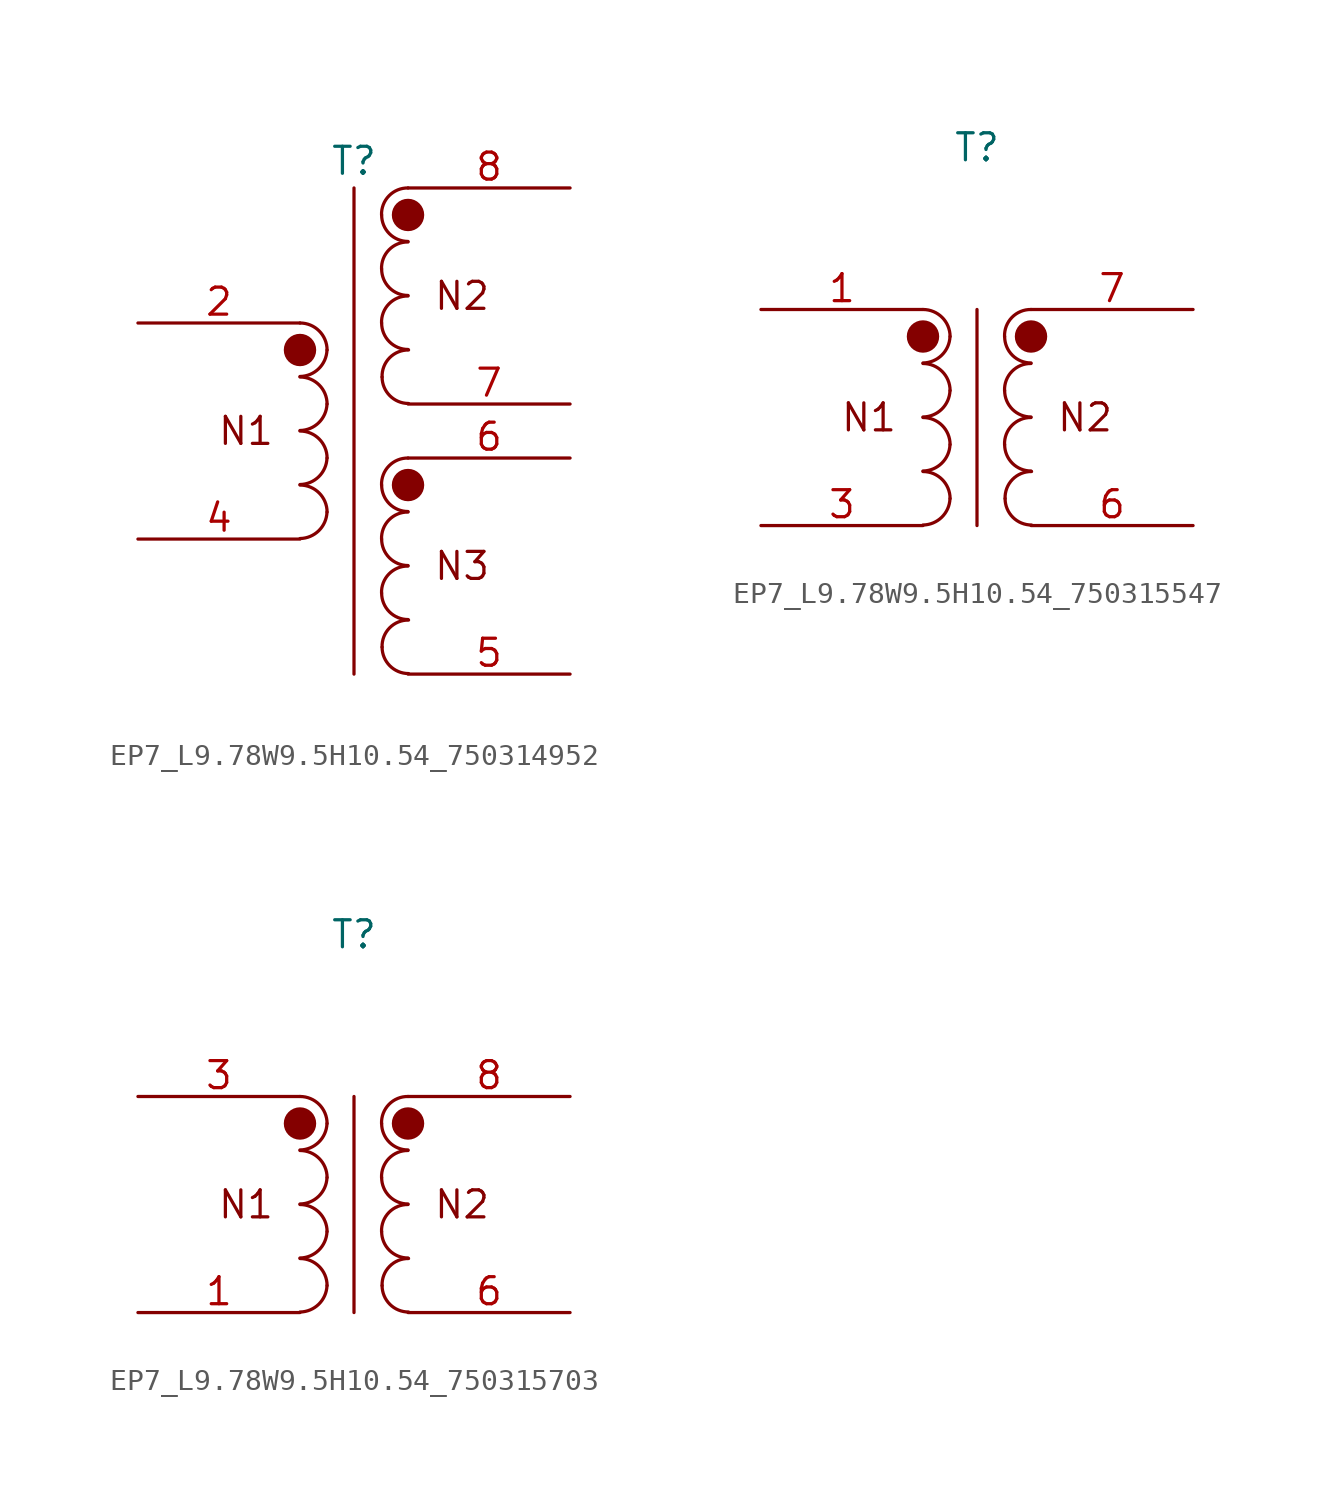
<source format=kicad_sym>
(kicad_symbol_lib
  (version 20220914)
  (generator kicad_symbol_editor)
  (symbol "EP7_L9.78W9.5H10.54_750314952"
    (pin_names hide)
    (property "Reference" "T"
      (at 0 12.7 0)
      (effects (font (size 1.27 1.27))))
    (symbol "EP7_L9.78W9.5H10.54_750314952_0_1"
      (arc (start -2.54 -5.0546) (mid -1.6599 -4.6901) (end -1.27 -3.81) (stroke (width 0) (type default)) (fill (type none)))
      (arc (start -2.54 -2.5146) (mid -1.6599 -2.1501) (end -1.27 -1.27) (stroke (width 0) (type default)) (fill (type none)))
      (arc (start -2.54 0.0254) (mid -1.6599 0.3899) (end -1.27 1.27) (stroke (width 0) (type default)) (fill (type none)))
      (arc (start -2.54 2.5654) (mid -1.6599 2.9299) (end -1.27 3.81) (stroke (width 0) (type default)) (fill (type none)))
      (arc (start -1.27 -3.81) (mid -1.642 -2.912) (end -2.54 -2.54) (stroke (width 0) (type default)) (fill (type none)))
      (arc (start -1.27 -1.27) (mid -1.642 -0.372) (end -2.54 0) (stroke (width 0) (type default)) (fill (type none)))
      (arc (start -1.27 1.27) (mid -1.642 2.168) (end -2.54 2.54) (stroke (width 0) (type default)) (fill (type none)))
      (arc (start -1.27 3.81) (mid -1.642 4.708) (end -2.54 5.08) (stroke (width 0) (type default)) (fill (type none)))
      (polyline (pts (xy 0 11.43) (xy 0 -11.43)) (stroke (width 0) (type default)) (fill (type none)))
      (arc (start 1.2954 -7.62) (mid 1.6599 -8.5001) (end 2.54 -8.8646) (stroke (width 0) (type default)) (fill (type none)))
      (arc (start 1.2954 -5.08) (mid 1.6599 -5.9601) (end 2.54 -6.3246) (stroke (width 0) (type default)) (fill (type none)))
      (arc (start 1.2954 -2.54) (mid 1.6599 -3.4201) (end 2.54 -3.7846) (stroke (width 0) (type default)) (fill (type none)))
      (arc (start 1.2954 5.08) (mid 1.6599 4.1999) (end 2.54 3.8354) (stroke (width 0) (type default)) (fill (type none)))
      (arc (start 1.2954 7.62) (mid 1.6599 6.7399) (end 2.54 6.3754) (stroke (width 0) (type default)) (fill (type none)))
      (arc (start 1.2954 10.16) (mid 1.6599 9.2799) (end 2.54 8.9154) (stroke (width 0) (type default)) (fill (type none)))
      (arc (start 1.3208 -10.16) (mid 1.6855 -11.0399) (end 2.5654 -11.4046) (stroke (width 0) (type default)) (fill (type none)))
      (arc (start 1.3208 2.54) (mid 1.6854 1.6601) (end 2.5654 1.2954) (stroke (width 0) (type default)) (fill (type none)))
      (arc (start 2.54 -6.35) (mid 1.6458 -6.7185) (end 1.2954 -7.62) (stroke (width 0) (type default)) (fill (type none)))
      (arc (start 2.54 -3.81) (mid 1.6458 -4.1785) (end 1.2954 -5.08) (stroke (width 0) (type default)) (fill (type none)))
      (arc (start 2.54 -1.27) (mid 1.6458 -1.6385) (end 1.2954 -2.54) (stroke (width 0) (type default)) (fill (type none)))
      (arc (start 2.54 6.35) (mid 1.6458 5.9815) (end 1.2954 5.08) (stroke (width 0) (type default)) (fill (type none)))
      (arc (start 2.54 8.89) (mid 1.6458 8.5215) (end 1.2954 7.62) (stroke (width 0) (type default)) (fill (type none)))
      (arc (start 2.54 11.43) (mid 1.6458 11.0615) (end 1.2954 10.16) (stroke (width 0) (type default)) (fill (type none)))
      (arc (start 2.5654 -8.89) (mid 1.6709 -9.2583) (end 1.3208 -10.16) (stroke (width 0) (type default)) (fill (type none)))
      (arc (start 2.5654 3.81) (mid 1.6709 3.4417) (end 1.3208 2.54) (stroke (width 0) (type default)) (fill (type none))))
    (symbol "EP7_L9.78W9.5H10.54_750314952_1_1"
      (circle (center -2.54 3.81) (radius 0.0001) (stroke (width 0.762) (type default)) (fill (type none)))
      (circle (center 2.54 -2.54) (radius 0.0001) (stroke (width 0.762) (type default)) (fill (type none)))
      (circle (center 2.54 10.16) (radius 0.0001) (stroke (width 0.762) (type default)) (fill (type none)))
      (text "N1" (at -5.08 0 0) (effects (font (size 1.27 1.27))))
      (text "N2" (at 5.08 6.35 0) (effects (font (size 1.27 1.27))))
      (text "N3" (at 5.08 -6.35 0) (effects (font (size 1.27 1.27))))
      (pin passive line (at -10.16 5.08 0) (length 7.62) (name "2" (effects (font (size 1.27 1.27)))) (number "2" (effects (font (size 1.27 1.27)))))
      (pin passive line (at -10.16 -5.08 0) (length 7.62) (name "4" (effects (font (size 1.27 1.27)))) (number "4" (effects (font (size 1.27 1.27)))))
      (pin passive line (at 10.16 -11.43 180) (length 7.62) (name "5" (effects (font (size 1.27 1.27)))) (number "5" (effects (font (size 1.27 1.27)))))
      (pin passive line (at 10.16 -1.27 180) (length 7.62) (name "6" (effects (font (size 1.27 1.27)))) (number "6" (effects (font (size 1.27 1.27)))))
      (pin passive line (at 10.16 1.27 180) (length 7.62) (name "7" (effects (font (size 1.27 1.27)))) (number "7" (effects (font (size 1.27 1.27)))))
      (pin passive line (at 10.16 11.43 180) (length 7.62) (name "8" (effects (font (size 1.27 1.27)))) (number "8" (effects (font (size 1.27 1.27)))))))
  (symbol "EP7_L9.78W9.5H10.54_750315547"
    (pin_names hide)
    (property "Reference" "T"
      (at 0 12.7 0)
      (effects (font (size 1.27 1.27))))
    (symbol "EP7_L9.78W9.5H10.54_750315547_0_1"
      (arc (start -2.54 -5.0546) (mid -1.6599 -4.6901) (end -1.27 -3.81) (stroke (width 0) (type default)) (fill (type none)))
      (arc (start -2.54 -2.5146) (mid -1.6599 -2.1501) (end -1.27 -1.27) (stroke (width 0) (type default)) (fill (type none)))
      (arc (start -2.54 0.0254) (mid -1.6599 0.3899) (end -1.27 1.27) (stroke (width 0) (type default)) (fill (type none)))
      (arc (start -2.54 2.5654) (mid -1.6599 2.9299) (end -1.27 3.81) (stroke (width 0) (type default)) (fill (type none)))
      (arc (start -1.27 -3.81) (mid -1.642 -2.912) (end -2.54 -2.54) (stroke (width 0) (type default)) (fill (type none)))
      (arc (start -1.27 -1.27) (mid -1.642 -0.372) (end -2.54 0) (stroke (width 0) (type default)) (fill (type none)))
      (arc (start -1.27 1.27) (mid -1.642 2.168) (end -2.54 2.54) (stroke (width 0) (type default)) (fill (type none)))
      (arc (start -1.27 3.81) (mid -1.642 4.708) (end -2.54 5.08) (stroke (width 0) (type default)) (fill (type none)))
      (polyline (pts (xy 0 5.08) (xy 0 -5.08)) (stroke (width 0) (type default)) (fill (type none)))
      (arc (start 1.2954 -1.27) (mid 1.6599 -2.1501) (end 2.54 -2.5146) (stroke (width 0) (type default)) (fill (type none)))
      (arc (start 1.2954 1.27) (mid 1.6599 0.3899) (end 2.54 0.0254) (stroke (width 0) (type default)) (fill (type none)))
      (arc (start 1.2954 3.81) (mid 1.6599 2.9299) (end 2.54 2.5654) (stroke (width 0) (type default)) (fill (type none)))
      (arc (start 1.3208 -3.81) (mid 1.6853 -4.6901) (end 2.5654 -5.0546) (stroke (width 0) (type default)) (fill (type none)))
      (arc (start 2.54 0) (mid 1.642 -0.372) (end 1.2954 -1.27) (stroke (width 0) (type default)) (fill (type none)))
      (arc (start 2.54 2.54) (mid 1.642 2.168) (end 1.2954 1.27) (stroke (width 0) (type default)) (fill (type none)))
      (arc (start 2.54 5.08) (mid 1.642 4.708) (end 1.2954 3.81) (stroke (width 0) (type default)) (fill (type none)))
      (arc (start 2.5654 -2.54) (mid 1.6674 -2.912) (end 1.3208 -3.81) (stroke (width 0) (type default)) (fill (type none))))
    (symbol "EP7_L9.78W9.5H10.54_750315547_1_1"
      (circle (center -2.54 3.81) (radius 0.0001) (stroke (width 0.762) (type default)) (fill (type none)))
      (circle (center 2.54 3.81) (radius 0.0001) (stroke (width 0.762) (type default)) (fill (type none)))
      (text "N1" (at -5.08 0 0) (effects (font (size 1.27 1.27))))
      (text "N2" (at 5.08 0 0) (effects (font (size 1.27 1.27))))
      (pin passive line (at -10.16 5.08 0) (length 7.62) (name "1" (effects (font (size 1.27 1.27)))) (number "1" (effects (font (size 1.27 1.27)))))
      (pin passive line (at -10.16 5.08 0) (length 7.62) hide (name "2" (effects (font (size 1.27 1.27)))) (number "2" (effects (font (size 1.27 1.27)))))
      (pin passive line (at -10.16 -5.08 0) (length 7.62) (name "3" (effects (font (size 1.27 1.27)))) (number "3" (effects (font (size 1.27 1.27)))))
      (pin passive line (at -10.16 -5.08 0) (length 7.62) hide (name "4" (effects (font (size 1.27 1.27)))) (number "4" (effects (font (size 1.27 1.27)))))
      (pin passive line (at 10.16 -5.08 180) (length 7.62) (name "6" (effects (font (size 1.27 1.27)))) (number "6" (effects (font (size 1.27 1.27)))))
      (pin passive line (at 10.16 5.08 180) (length 7.62) (name "7" (effects (font (size 1.27 1.27)))) (number "7" (effects (font (size 1.27 1.27)))))))
  (symbol "EP7_L9.78W9.5H10.54_750315703"
    (pin_names hide)
    (property "Reference" "T"
      (at 0 12.7 0)
      (effects (font (size 1.27 1.27))))
    (symbol "EP7_L9.78W9.5H10.54_750315703_0_1"
      (arc (start -2.54 -5.0546) (mid -1.6599 -4.6901) (end -1.27 -3.81) (stroke (width 0) (type default)) (fill (type none)))
      (arc (start -2.54 -2.5146) (mid -1.6599 -2.1501) (end -1.27 -1.27) (stroke (width 0) (type default)) (fill (type none)))
      (arc (start -2.54 0.0254) (mid -1.6599 0.3899) (end -1.27 1.27) (stroke (width 0) (type default)) (fill (type none)))
      (arc (start -2.54 2.5654) (mid -1.6599 2.9299) (end -1.27 3.81) (stroke (width 0) (type default)) (fill (type none)))
      (arc (start -1.27 -3.81) (mid -1.642 -2.912) (end -2.54 -2.54) (stroke (width 0) (type default)) (fill (type none)))
      (arc (start -1.27 -1.27) (mid -1.642 -0.372) (end -2.54 0) (stroke (width 0) (type default)) (fill (type none)))
      (arc (start -1.27 1.27) (mid -1.642 2.168) (end -2.54 2.54) (stroke (width 0) (type default)) (fill (type none)))
      (arc (start -1.27 3.81) (mid -1.642 4.708) (end -2.54 5.08) (stroke (width 0) (type default)) (fill (type none)))
      (polyline (pts (xy 0 5.08) (xy 0 -5.08)) (stroke (width 0) (type default)) (fill (type none)))
      (arc (start 1.2954 -1.27) (mid 1.6599 -2.1501) (end 2.54 -2.5146) (stroke (width 0) (type default)) (fill (type none)))
      (arc (start 1.2954 1.27) (mid 1.6599 0.3899) (end 2.54 0.0254) (stroke (width 0) (type default)) (fill (type none)))
      (arc (start 1.2954 3.81) (mid 1.6599 2.9299) (end 2.54 2.5654) (stroke (width 0) (type default)) (fill (type none)))
      (arc (start 1.3208 -3.81) (mid 1.6853 -4.6901) (end 2.5654 -5.0546) (stroke (width 0) (type default)) (fill (type none)))
      (arc (start 2.54 0) (mid 1.642 -0.372) (end 1.2954 -1.27) (stroke (width 0) (type default)) (fill (type none)))
      (arc (start 2.54 2.54) (mid 1.642 2.168) (end 1.2954 1.27) (stroke (width 0) (type default)) (fill (type none)))
      (arc (start 2.54 5.08) (mid 1.642 4.708) (end 1.2954 3.81) (stroke (width 0) (type default)) (fill (type none)))
      (arc (start 2.5654 -2.54) (mid 1.6674 -2.912) (end 1.3208 -3.81) (stroke (width 0) (type default)) (fill (type none))))
    (symbol "EP7_L9.78W9.5H10.54_750315703_1_1"
      (circle (center -2.54 3.81) (radius 0.0001) (stroke (width 0.762) (type default)) (fill (type none)))
      (circle (center 2.54 3.81) (radius 0.0001) (stroke (width 0.762) (type default)) (fill (type none)))
      (text "N1" (at -5.08 0 0) (effects (font (size 1.27 1.27))))
      (text "N2" (at 5.08 0 0) (effects (font (size 1.27 1.27))))
      (pin passive line (at -10.16 -5.08 0) (length 7.62) (name "1" (effects (font (size 1.27 1.27)))) (number "1" (effects (font (size 1.27 1.27)))))
      (pin passive line (at -10.16 5.08 0) (length 7.62) (name "3" (effects (font (size 1.27 1.27)))) (number "3" (effects (font (size 1.27 1.27)))))
      (pin passive line (at 10.16 -5.08 180) (length 7.62) (name "6" (effects (font (size 1.27 1.27)))) (number "6" (effects (font (size 1.27 1.27)))))
      (pin passive line (at 10.16 5.08 180) (length 7.62) (name "8" (effects (font (size 1.27 1.27)))) (number "8" (effects (font (size 1.27 1.27))))))))
</source>
